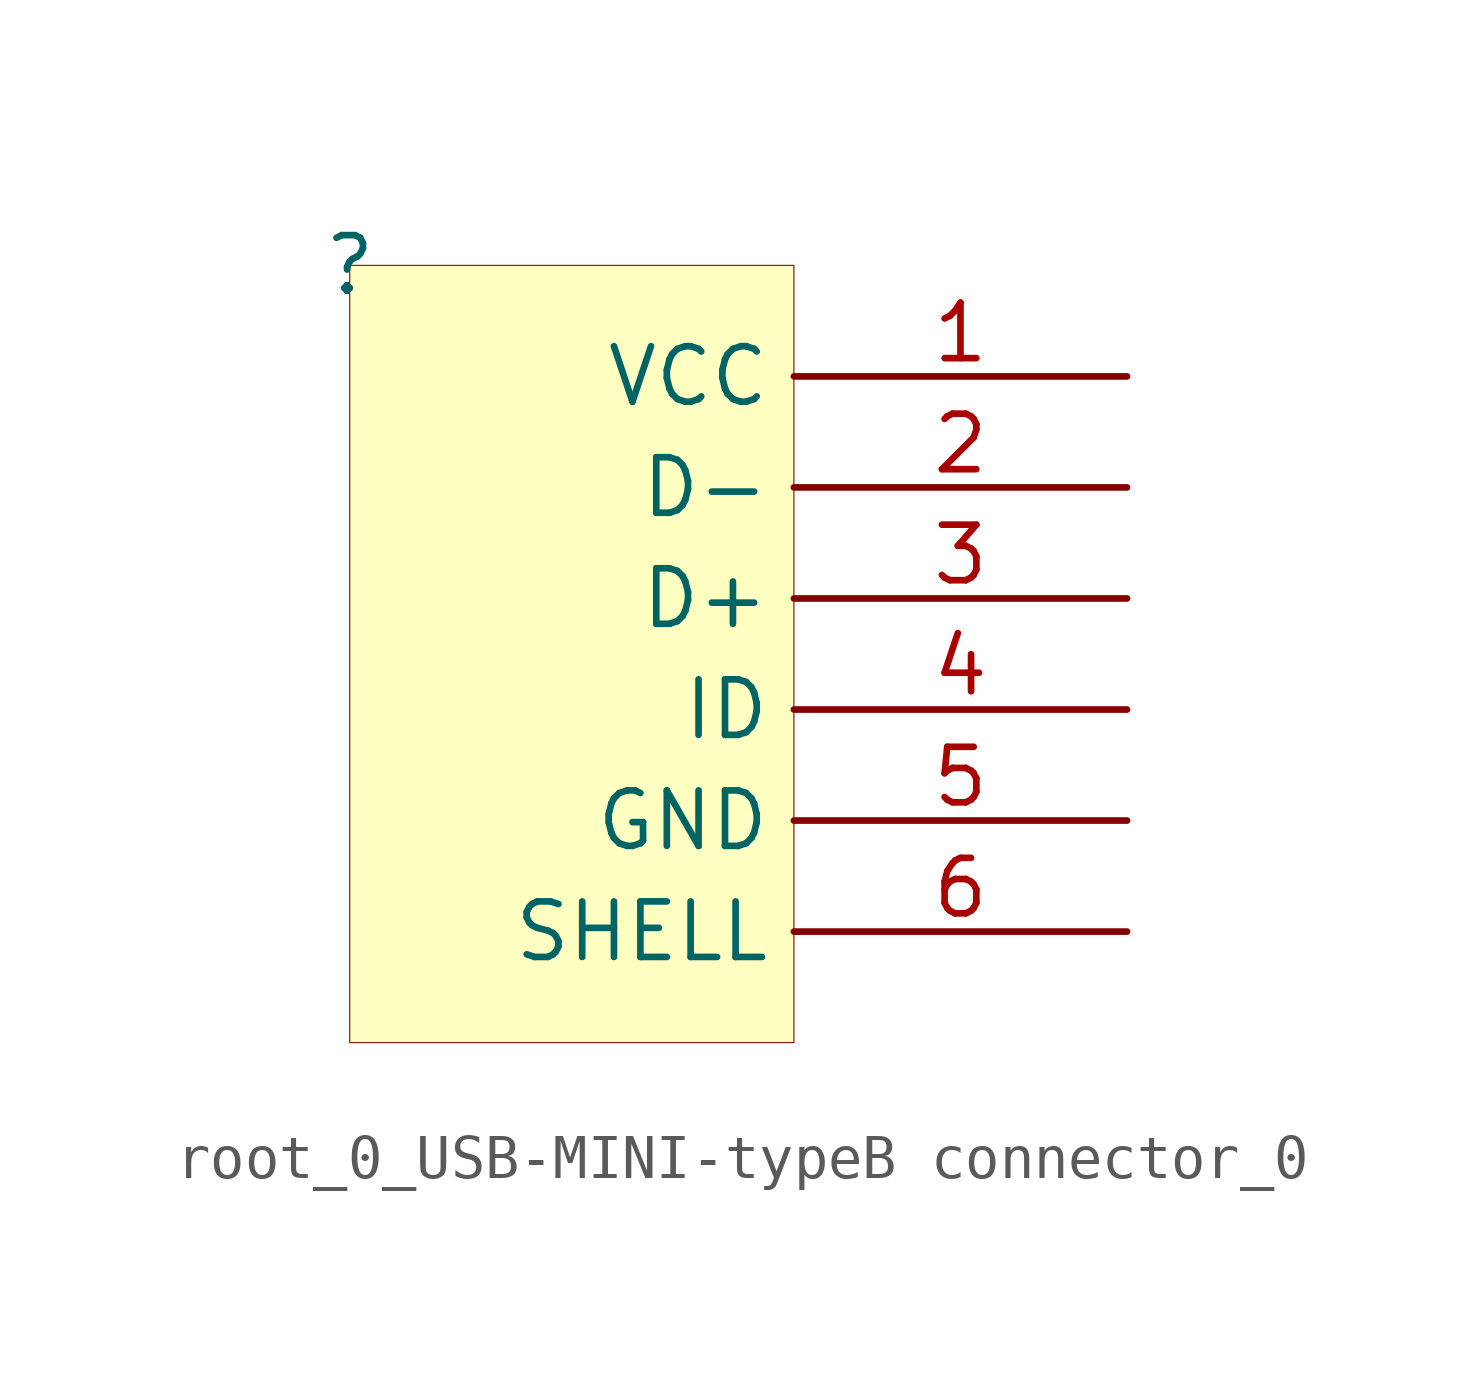
<source format=kicad_sym>
(kicad_symbol_lib
  (version 20231120)
  (generator "kicad_symbol_editor")
  (generator_version "8.0")
  (symbol "root_0_USB-MINI-typeB connector_0"
    (property "Reference" ""
      (at 0 0 0)
      (effects (font (size 1.27 1.27))))
    (property "Value" ""
      (at 0 0 0)
      (effects (font (size 1.27 1.27))))
    (symbol "root_0_USB-MINI-typeB connector_0_1_0"
      (rectangle (start 10.16 0) (end 0 -17.78) (stroke (width 0.025) (type solid) (color 128 0 0 1)) (fill (type background)))
      (pin power_in line (at 17.78 -2.54 180) (length 7.62) (name "VCC" (effects (font (size 1.27 1.27)))) (number "1" (effects (font (size 1.27 1.27)))))
      (pin bidirectional line (at 17.78 -5.08 180) (length 7.62) (name "D-" (effects (font (size 1.27 1.27)))) (number "2" (effects (font (size 1.27 1.27)))))
      (pin bidirectional line (at 17.78 -7.62 180) (length 7.62) (name "D+" (effects (font (size 1.27 1.27)))) (number "3" (effects (font (size 1.27 1.27)))))
      (pin input line (at 17.78 -10.16 180) (length 7.62) (name "ID" (effects (font (size 1.27 1.27)))) (number "4" (effects (font (size 1.27 1.27)))))
      (pin power_in line (at 17.78 -12.7 180) (length 7.62) (name "GND" (effects (font (size 1.27 1.27)))) (number "5" (effects (font (size 1.27 1.27)))))
      (pin power_in line (at 17.78 -15.24 180) (length 7.62) (name "SHELL" (effects (font (size 1.27 1.27)))) (number "6" (effects (font (size 1.27 1.27))))))))
</source>
